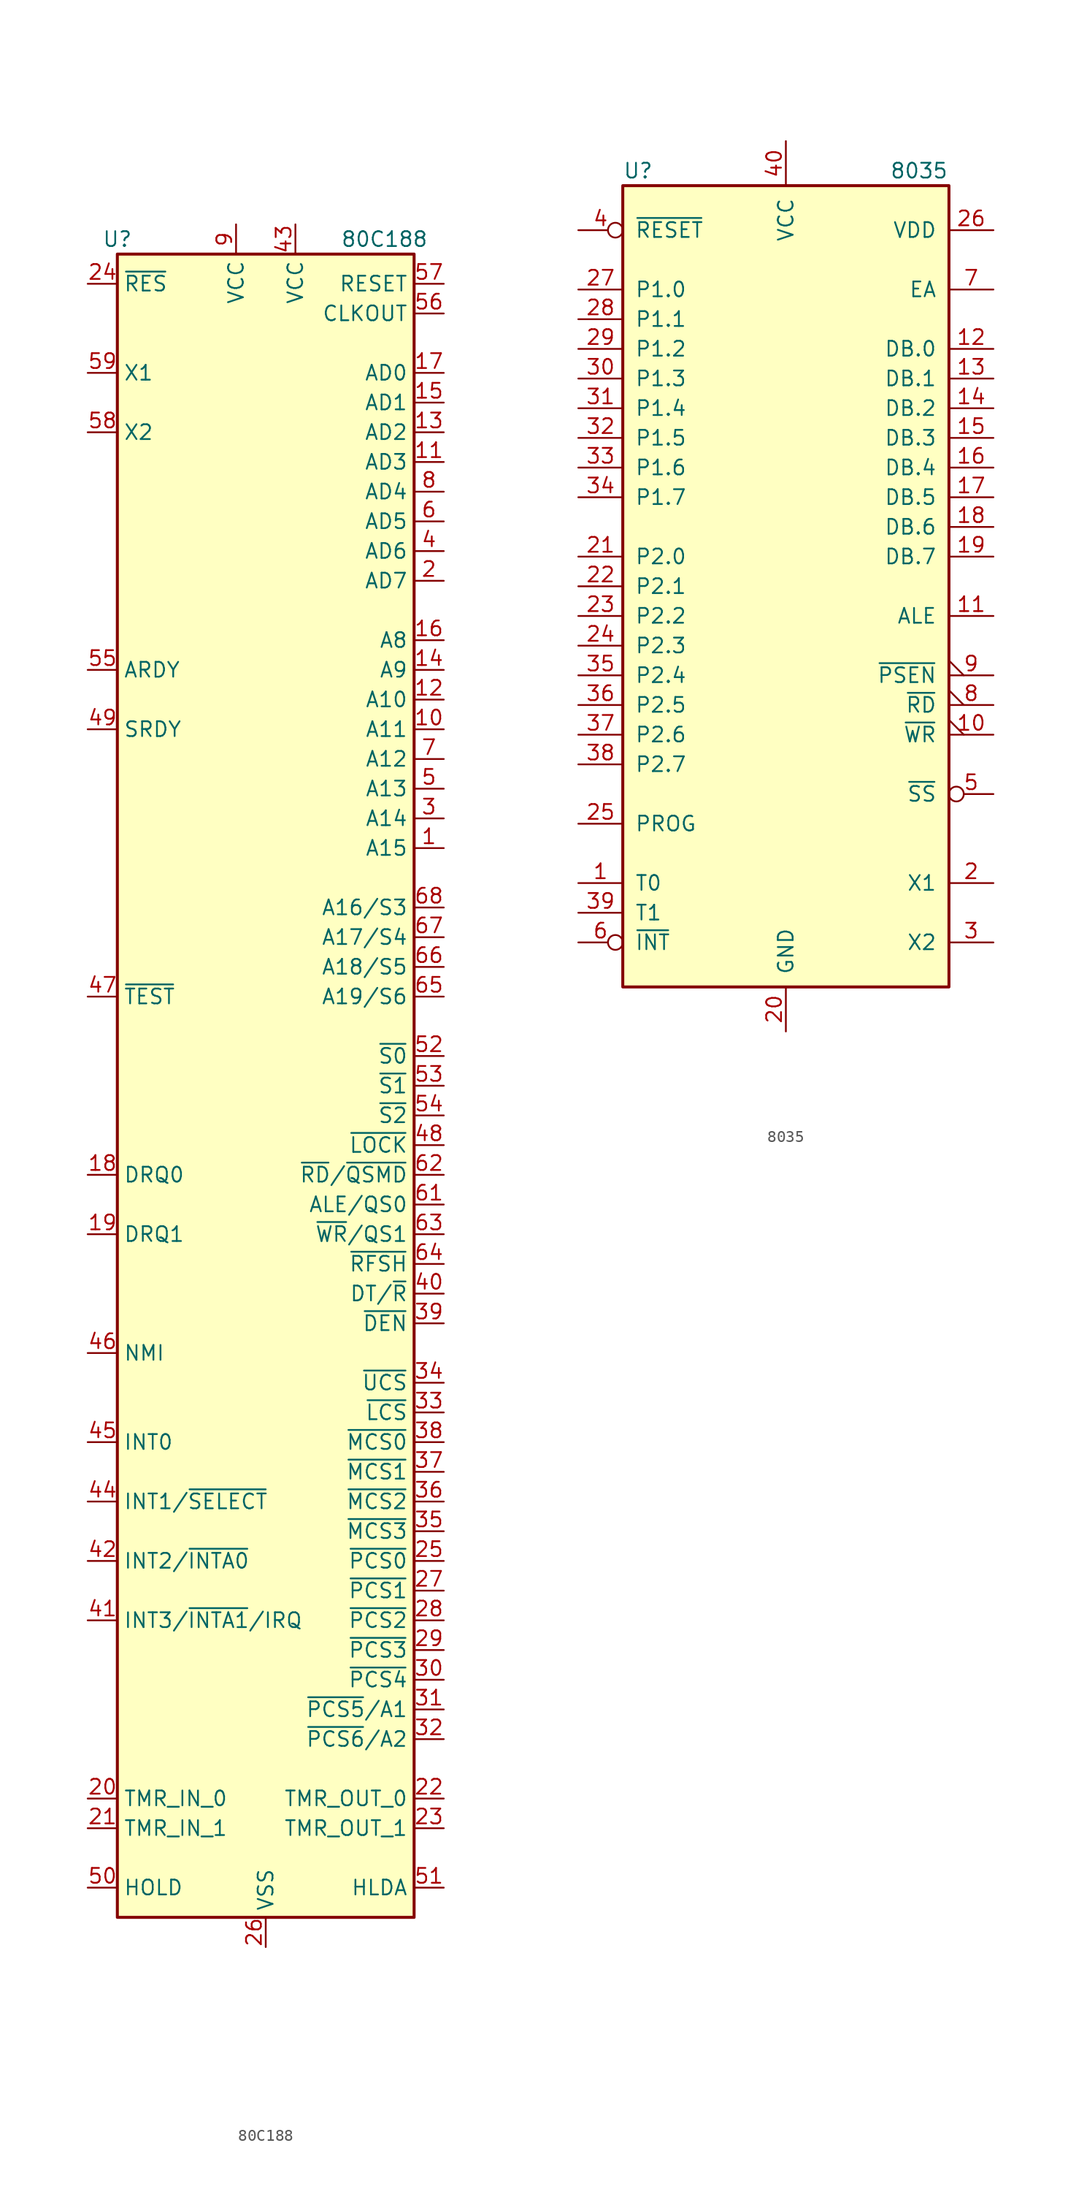
<source format=kicad_sym>
(kicad_symbol_lib
  (version 20211014)
  (generator kicad_symbol_editor)
  (symbol "80C188"
    (property "Reference" "U"
      (at -12.7 72.39 0)
      (effects (font (size 1.27 1.27))))
    (property "Value" "80C188"
      (at 10.16 72.39 0)
      (effects (font (size 1.27 1.27))))
    (symbol "80C188_0_1"
      (rectangle (start 12.7 -71.12) (end -12.7 71.12) (stroke (width 0.254) (type default) (color 0 0 0 0)) (fill (type background))))
    (symbol "80C188_1_1"
      (pin output line (at 15.24 20.32 180) (length 2.54) (name "A15" (effects (font (size 1.27 1.27)))) (number "1" (effects (font (size 1.27 1.27)))))
      (pin output line (at 15.24 30.48 180) (length 2.54) (name "A11" (effects (font (size 1.27 1.27)))) (number "10" (effects (font (size 1.27 1.27)))))
      (pin bidirectional line (at 15.24 53.34 180) (length 2.54) (name "AD3" (effects (font (size 1.27 1.27)))) (number "11" (effects (font (size 1.27 1.27)))))
      (pin output line (at 15.24 33.02 180) (length 2.54) (name "A10" (effects (font (size 1.27 1.27)))) (number "12" (effects (font (size 1.27 1.27)))))
      (pin bidirectional line (at 15.24 55.88 180) (length 2.54) (name "AD2" (effects (font (size 1.27 1.27)))) (number "13" (effects (font (size 1.27 1.27)))))
      (pin output line (at 15.24 35.56 180) (length 2.54) (name "A9" (effects (font (size 1.27 1.27)))) (number "14" (effects (font (size 1.27 1.27)))))
      (pin bidirectional line (at 15.24 58.42 180) (length 2.54) (name "AD1" (effects (font (size 1.27 1.27)))) (number "15" (effects (font (size 1.27 1.27)))))
      (pin output line (at 15.24 38.1 180) (length 2.54) (name "A8" (effects (font (size 1.27 1.27)))) (number "16" (effects (font (size 1.27 1.27)))))
      (pin bidirectional line (at 15.24 60.96 180) (length 2.54) (name "AD0" (effects (font (size 1.27 1.27)))) (number "17" (effects (font (size 1.27 1.27)))))
      (pin input line (at -15.24 -7.62 0) (length 2.54) (name "DRQ0" (effects (font (size 1.27 1.27)))) (number "18" (effects (font (size 1.27 1.27)))))
      (pin input line (at -15.24 -12.7 0) (length 2.54) (name "DRQ1" (effects (font (size 1.27 1.27)))) (number "19" (effects (font (size 1.27 1.27)))))
      (pin bidirectional line (at 15.24 43.18 180) (length 2.54) (name "AD7" (effects (font (size 1.27 1.27)))) (number "2" (effects (font (size 1.27 1.27)))))
      (pin input line (at -15.24 -60.96 0) (length 2.54) (name "TMR_IN_0" (effects (font (size 1.27 1.27)))) (number "20" (effects (font (size 1.27 1.27)))))
      (pin input line (at -15.24 -63.5 0) (length 2.54) (name "TMR_IN_1" (effects (font (size 1.27 1.27)))) (number "21" (effects (font (size 1.27 1.27)))))
      (pin output line (at 15.24 -60.96 180) (length 2.54) (name "TMR_OUT_0" (effects (font (size 1.27 1.27)))) (number "22" (effects (font (size 1.27 1.27)))))
      (pin output line (at 15.24 -63.5 180) (length 2.54) (name "TMR_OUT_1" (effects (font (size 1.27 1.27)))) (number "23" (effects (font (size 1.27 1.27)))))
      (pin input line (at -15.24 68.58 0) (length 2.54) (name "~{RES}" (effects (font (size 1.27 1.27)))) (number "24" (effects (font (size 1.27 1.27)))))
      (pin output line (at 15.24 -40.64 180) (length 2.54) (name "~{PCS0}" (effects (font (size 1.27 1.27)))) (number "25" (effects (font (size 1.27 1.27)))))
      (pin power_in line (at 0 -73.66 90) (length 2.54) (name "VSS" (effects (font (size 1.27 1.27)))) (number "26" (effects (font (size 1.27 1.27)))))
      (pin output line (at 15.24 -43.18 180) (length 2.54) (name "~{PCS1}" (effects (font (size 1.27 1.27)))) (number "27" (effects (font (size 1.27 1.27)))))
      (pin output line (at 15.24 -45.72 180) (length 2.54) (name "~{PCS2}" (effects (font (size 1.27 1.27)))) (number "28" (effects (font (size 1.27 1.27)))))
      (pin output line (at 15.24 -48.26 180) (length 2.54) (name "~{PCS3}" (effects (font (size 1.27 1.27)))) (number "29" (effects (font (size 1.27 1.27)))))
      (pin output line (at 15.24 22.86 180) (length 2.54) (name "A14" (effects (font (size 1.27 1.27)))) (number "3" (effects (font (size 1.27 1.27)))))
      (pin output line (at 15.24 -50.8 180) (length 2.54) (name "~{PCS4}" (effects (font (size 1.27 1.27)))) (number "30" (effects (font (size 1.27 1.27)))))
      (pin output line (at 15.24 -53.34 180) (length 2.54) (name "~{PCS5}/A1" (effects (font (size 1.27 1.27)))) (number "31" (effects (font (size 1.27 1.27)))))
      (pin output line (at 15.24 -55.88 180) (length 2.54) (name "~{PCS6}/A2" (effects (font (size 1.27 1.27)))) (number "32" (effects (font (size 1.27 1.27)))))
      (pin bidirectional line (at 15.24 -27.94 180) (length 2.54) (name "~{LCS}" (effects (font (size 1.27 1.27)))) (number "33" (effects (font (size 1.27 1.27)))))
      (pin bidirectional line (at 15.24 -25.4 180) (length 2.54) (name "~{UCS}" (effects (font (size 1.27 1.27)))) (number "34" (effects (font (size 1.27 1.27)))))
      (pin output line (at 15.24 -38.1 180) (length 2.54) (name "~{MCS3}" (effects (font (size 1.27 1.27)))) (number "35" (effects (font (size 1.27 1.27)))))
      (pin output line (at 15.24 -35.56 180) (length 2.54) (name "~{MCS2}" (effects (font (size 1.27 1.27)))) (number "36" (effects (font (size 1.27 1.27)))))
      (pin output line (at 15.24 -33.02 180) (length 2.54) (name "~{MCS1}" (effects (font (size 1.27 1.27)))) (number "37" (effects (font (size 1.27 1.27)))))
      (pin output line (at 15.24 -30.48 180) (length 2.54) (name "~{MCS0}" (effects (font (size 1.27 1.27)))) (number "38" (effects (font (size 1.27 1.27)))))
      (pin output line (at 15.24 -20.32 180) (length 2.54) (name "~{DEN}" (effects (font (size 1.27 1.27)))) (number "39" (effects (font (size 1.27 1.27)))))
      (pin bidirectional line (at 15.24 45.72 180) (length 2.54) (name "AD6" (effects (font (size 1.27 1.27)))) (number "4" (effects (font (size 1.27 1.27)))))
      (pin output line (at 15.24 -17.78 180) (length 2.54) (name "DT/~{R}" (effects (font (size 1.27 1.27)))) (number "40" (effects (font (size 1.27 1.27)))))
      (pin bidirectional line (at -15.24 -45.72 0) (length 2.54) (name "INT3/~{INTA1}/IRQ" (effects (font (size 1.27 1.27)))) (number "41" (effects (font (size 1.27 1.27)))))
      (pin bidirectional line (at -15.24 -40.64 0) (length 2.54) (name "INT2/~{INTA0}" (effects (font (size 1.27 1.27)))) (number "42" (effects (font (size 1.27 1.27)))))
      (pin power_in line (at 2.54 73.66 270) (length 2.54) (name "VCC" (effects (font (size 1.27 1.27)))) (number "43" (effects (font (size 1.27 1.27)))))
      (pin input line (at -15.24 -35.56 0) (length 2.54) (name "INT1/~{SELECT}" (effects (font (size 1.27 1.27)))) (number "44" (effects (font (size 1.27 1.27)))))
      (pin input line (at -15.24 -30.48 0) (length 2.54) (name "INT0" (effects (font (size 1.27 1.27)))) (number "45" (effects (font (size 1.27 1.27)))))
      (pin input line (at -15.24 -22.86 0) (length 2.54) (name "NMI" (effects (font (size 1.27 1.27)))) (number "46" (effects (font (size 1.27 1.27)))))
      (pin bidirectional line (at -15.24 7.62 0) (length 2.54) (name "~{TEST}" (effects (font (size 1.27 1.27)))) (number "47" (effects (font (size 1.27 1.27)))))
      (pin output line (at 15.24 -5.08 180) (length 2.54) (name "~{LOCK}" (effects (font (size 1.27 1.27)))) (number "48" (effects (font (size 1.27 1.27)))))
      (pin input line (at -15.24 30.48 0) (length 2.54) (name "SRDY" (effects (font (size 1.27 1.27)))) (number "49" (effects (font (size 1.27 1.27)))))
      (pin output line (at 15.24 25.4 180) (length 2.54) (name "A13" (effects (font (size 1.27 1.27)))) (number "5" (effects (font (size 1.27 1.27)))))
      (pin input line (at -15.24 -68.58 0) (length 2.54) (name "HOLD" (effects (font (size 1.27 1.27)))) (number "50" (effects (font (size 1.27 1.27)))))
      (pin output line (at 15.24 -68.58 180) (length 2.54) (name "HLDA" (effects (font (size 1.27 1.27)))) (number "51" (effects (font (size 1.27 1.27)))))
      (pin output line (at 15.24 2.54 180) (length 2.54) (name "~{S0}" (effects (font (size 1.27 1.27)))) (number "52" (effects (font (size 1.27 1.27)))))
      (pin output line (at 15.24 0 180) (length 2.54) (name "~{S1}" (effects (font (size 1.27 1.27)))) (number "53" (effects (font (size 1.27 1.27)))))
      (pin output line (at 15.24 -2.54 180) (length 2.54) (name "~{S2}" (effects (font (size 1.27 1.27)))) (number "54" (effects (font (size 1.27 1.27)))))
      (pin input line (at -15.24 35.56 0) (length 2.54) (name "ARDY" (effects (font (size 1.27 1.27)))) (number "55" (effects (font (size 1.27 1.27)))))
      (pin output line (at 15.24 66.04 180) (length 2.54) (name "CLKOUT" (effects (font (size 1.27 1.27)))) (number "56" (effects (font (size 1.27 1.27)))))
      (pin output line (at 15.24 68.58 180) (length 2.54) (name "RESET" (effects (font (size 1.27 1.27)))) (number "57" (effects (font (size 1.27 1.27)))))
      (pin output line (at -15.24 55.88 0) (length 2.54) (name "X2" (effects (font (size 1.27 1.27)))) (number "58" (effects (font (size 1.27 1.27)))))
      (pin input line (at -15.24 60.96 0) (length 2.54) (name "X1" (effects (font (size 1.27 1.27)))) (number "59" (effects (font (size 1.27 1.27)))))
      (pin bidirectional line (at 15.24 48.26 180) (length 2.54) (name "AD5" (effects (font (size 1.27 1.27)))) (number "6" (effects (font (size 1.27 1.27)))))
      (pin passive line (at 0 -73.66 90) (length 2.54) hide (name "VSS" (effects (font (size 1.27 1.27)))) (number "60" (effects (font (size 1.27 1.27)))))
      (pin output line (at 15.24 -10.16 180) (length 2.54) (name "ALE/QS0" (effects (font (size 1.27 1.27)))) (number "61" (effects (font (size 1.27 1.27)))))
      (pin bidirectional line (at 15.24 -7.62 180) (length 2.54) (name "~{RD}/~{QSMD}" (effects (font (size 1.27 1.27)))) (number "62" (effects (font (size 1.27 1.27)))))
      (pin output line (at 15.24 -12.7 180) (length 2.54) (name "~{WR}/QS1" (effects (font (size 1.27 1.27)))) (number "63" (effects (font (size 1.27 1.27)))))
      (pin output line (at 15.24 -15.24 180) (length 2.54) (name "~{RFSH}" (effects (font (size 1.27 1.27)))) (number "64" (effects (font (size 1.27 1.27)))))
      (pin output line (at 15.24 7.62 180) (length 2.54) (name "A19/S6" (effects (font (size 1.27 1.27)))) (number "65" (effects (font (size 1.27 1.27)))))
      (pin output line (at 15.24 10.16 180) (length 2.54) (name "A18/S5" (effects (font (size 1.27 1.27)))) (number "66" (effects (font (size 1.27 1.27)))))
      (pin output line (at 15.24 12.7 180) (length 2.54) (name "A17/S4" (effects (font (size 1.27 1.27)))) (number "67" (effects (font (size 1.27 1.27)))))
      (pin output line (at 15.24 15.24 180) (length 2.54) (name "A16/S3" (effects (font (size 1.27 1.27)))) (number "68" (effects (font (size 1.27 1.27)))))
      (pin output line (at 15.24 27.94 180) (length 2.54) (name "A12" (effects (font (size 1.27 1.27)))) (number "7" (effects (font (size 1.27 1.27)))))
      (pin bidirectional line (at 15.24 50.8 180) (length 2.54) (name "AD4" (effects (font (size 1.27 1.27)))) (number "8" (effects (font (size 1.27 1.27)))))
      (pin power_in line (at -2.54 73.66 270) (length 2.54) (name "VCC" (effects (font (size 1.27 1.27)))) (number "9" (effects (font (size 1.27 1.27)))))))
  (symbol "8035"
    (pin_names
      (offset 1.016))
    (property "Reference" "U"
      (at -13.97 35.56 0)
      (effects (font (size 1.27 1.27)) (justify left)))
    (property "Value" "8035"
      (at 8.89 35.56 0)
      (effects (font (size 1.27 1.27)) (justify left)))
    (symbol "8035_1_1"
      (rectangle (start -13.97 -34.29) (end 13.97 34.29) (stroke (width 0.254) (type default) (color 0 0 0 0)) (fill (type background)))
      (pin input line (at -17.78 -25.4 0) (length 3.81) (name "T0" (effects (font (size 1.27 1.27)))) (number "1" (effects (font (size 1.27 1.27)))))
      (pin output output_low (at 17.78 -12.7 180) (length 3.81) (name "~{WR}" (effects (font (size 1.27 1.27)))) (number "10" (effects (font (size 1.27 1.27)))))
      (pin output line (at 17.78 -2.54 180) (length 3.81) (name "ALE" (effects (font (size 1.27 1.27)))) (number "11" (effects (font (size 1.27 1.27)))))
      (pin bidirectional line (at 17.78 20.32 180) (length 3.81) (name "DB.0" (effects (font (size 1.27 1.27)))) (number "12" (effects (font (size 1.27 1.27)))))
      (pin bidirectional line (at 17.78 17.78 180) (length 3.81) (name "DB.1" (effects (font (size 1.27 1.27)))) (number "13" (effects (font (size 1.27 1.27)))))
      (pin bidirectional line (at 17.78 15.24 180) (length 3.81) (name "DB.2" (effects (font (size 1.27 1.27)))) (number "14" (effects (font (size 1.27 1.27)))))
      (pin bidirectional line (at 17.78 12.7 180) (length 3.81) (name "DB.3" (effects (font (size 1.27 1.27)))) (number "15" (effects (font (size 1.27 1.27)))))
      (pin bidirectional line (at 17.78 10.16 180) (length 3.81) (name "DB.4" (effects (font (size 1.27 1.27)))) (number "16" (effects (font (size 1.27 1.27)))))
      (pin bidirectional line (at 17.78 7.62 180) (length 3.81) (name "DB.5" (effects (font (size 1.27 1.27)))) (number "17" (effects (font (size 1.27 1.27)))))
      (pin bidirectional line (at 17.78 5.08 180) (length 3.81) (name "DB.6" (effects (font (size 1.27 1.27)))) (number "18" (effects (font (size 1.27 1.27)))))
      (pin bidirectional line (at 17.78 2.54 180) (length 3.81) (name "DB.7" (effects (font (size 1.27 1.27)))) (number "19" (effects (font (size 1.27 1.27)))))
      (pin input line (at 17.78 -25.4 180) (length 3.81) (name "X1" (effects (font (size 1.27 1.27)))) (number "2" (effects (font (size 1.27 1.27)))))
      (pin power_in line (at 0 -38.1 90) (length 3.81) (name "GND" (effects (font (size 1.27 1.27)))) (number "20" (effects (font (size 1.27 1.27)))))
      (pin bidirectional line (at -17.78 2.54 0) (length 3.81) (name "P2.0" (effects (font (size 1.27 1.27)))) (number "21" (effects (font (size 1.27 1.27)))))
      (pin bidirectional line (at -17.78 0 0) (length 3.81) (name "P2.1" (effects (font (size 1.27 1.27)))) (number "22" (effects (font (size 1.27 1.27)))))
      (pin bidirectional line (at -17.78 -2.54 0) (length 3.81) (name "P2.2" (effects (font (size 1.27 1.27)))) (number "23" (effects (font (size 1.27 1.27)))))
      (pin bidirectional line (at -17.78 -5.08 0) (length 3.81) (name "P2.3" (effects (font (size 1.27 1.27)))) (number "24" (effects (font (size 1.27 1.27)))))
      (pin output line (at -17.78 -20.32 0) (length 3.81) (name "PROG" (effects (font (size 1.27 1.27)))) (number "25" (effects (font (size 1.27 1.27)))))
      (pin power_in line (at 17.78 30.48 180) (length 3.81) (name "VDD" (effects (font (size 1.27 1.27)))) (number "26" (effects (font (size 1.27 1.27)))))
      (pin bidirectional line (at -17.78 25.4 0) (length 3.81) (name "P1.0" (effects (font (size 1.27 1.27)))) (number "27" (effects (font (size 1.27 1.27)))))
      (pin bidirectional line (at -17.78 22.86 0) (length 3.81) (name "P1.1" (effects (font (size 1.27 1.27)))) (number "28" (effects (font (size 1.27 1.27)))))
      (pin bidirectional line (at -17.78 20.32 0) (length 3.81) (name "P1.2" (effects (font (size 1.27 1.27)))) (number "29" (effects (font (size 1.27 1.27)))))
      (pin output line (at 17.78 -30.48 180) (length 3.81) (name "X2" (effects (font (size 1.27 1.27)))) (number "3" (effects (font (size 1.27 1.27)))))
      (pin bidirectional line (at -17.78 17.78 0) (length 3.81) (name "P1.3" (effects (font (size 1.27 1.27)))) (number "30" (effects (font (size 1.27 1.27)))))
      (pin bidirectional line (at -17.78 15.24 0) (length 3.81) (name "P1.4" (effects (font (size 1.27 1.27)))) (number "31" (effects (font (size 1.27 1.27)))))
      (pin bidirectional line (at -17.78 12.7 0) (length 3.81) (name "P1.5" (effects (font (size 1.27 1.27)))) (number "32" (effects (font (size 1.27 1.27)))))
      (pin bidirectional line (at -17.78 10.16 0) (length 3.81) (name "P1.6" (effects (font (size 1.27 1.27)))) (number "33" (effects (font (size 1.27 1.27)))))
      (pin bidirectional line (at -17.78 7.62 0) (length 3.81) (name "P1.7" (effects (font (size 1.27 1.27)))) (number "34" (effects (font (size 1.27 1.27)))))
      (pin bidirectional line (at -17.78 -7.62 0) (length 3.81) (name "P2.4" (effects (font (size 1.27 1.27)))) (number "35" (effects (font (size 1.27 1.27)))))
      (pin bidirectional line (at -17.78 -10.16 0) (length 3.81) (name "P2.5" (effects (font (size 1.27 1.27)))) (number "36" (effects (font (size 1.27 1.27)))))
      (pin bidirectional line (at -17.78 -12.7 0) (length 3.81) (name "P2.6" (effects (font (size 1.27 1.27)))) (number "37" (effects (font (size 1.27 1.27)))))
      (pin bidirectional line (at -17.78 -15.24 0) (length 3.81) (name "P2.7" (effects (font (size 1.27 1.27)))) (number "38" (effects (font (size 1.27 1.27)))))
      (pin input line (at -17.78 -27.94 0) (length 3.81) (name "T1" (effects (font (size 1.27 1.27)))) (number "39" (effects (font (size 1.27 1.27)))))
      (pin input inverted (at -17.78 30.48 0) (length 3.81) (name "~{RESET}" (effects (font (size 1.27 1.27)))) (number "4" (effects (font (size 1.27 1.27)))))
      (pin power_in line (at 0 38.1 270) (length 3.81) (name "VCC" (effects (font (size 1.27 1.27)))) (number "40" (effects (font (size 1.27 1.27)))))
      (pin input inverted (at 17.78 -17.78 180) (length 3.81) (name "~{SS}" (effects (font (size 1.27 1.27)))) (number "5" (effects (font (size 1.27 1.27)))))
      (pin input inverted (at -17.78 -30.48 0) (length 3.81) (name "~{INT}" (effects (font (size 1.27 1.27)))) (number "6" (effects (font (size 1.27 1.27)))))
      (pin input line (at 17.78 25.4 180) (length 3.81) (name "EA" (effects (font (size 1.27 1.27)))) (number "7" (effects (font (size 1.27 1.27)))))
      (pin output output_low (at 17.78 -10.16 180) (length 3.81) (name "~{RD}" (effects (font (size 1.27 1.27)))) (number "8" (effects (font (size 1.27 1.27)))))
      (pin output output_low (at 17.78 -7.62 180) (length 3.81) (name "~{PSEN}" (effects (font (size 1.27 1.27)))) (number "9" (effects (font (size 1.27 1.27))))))))
</source>
